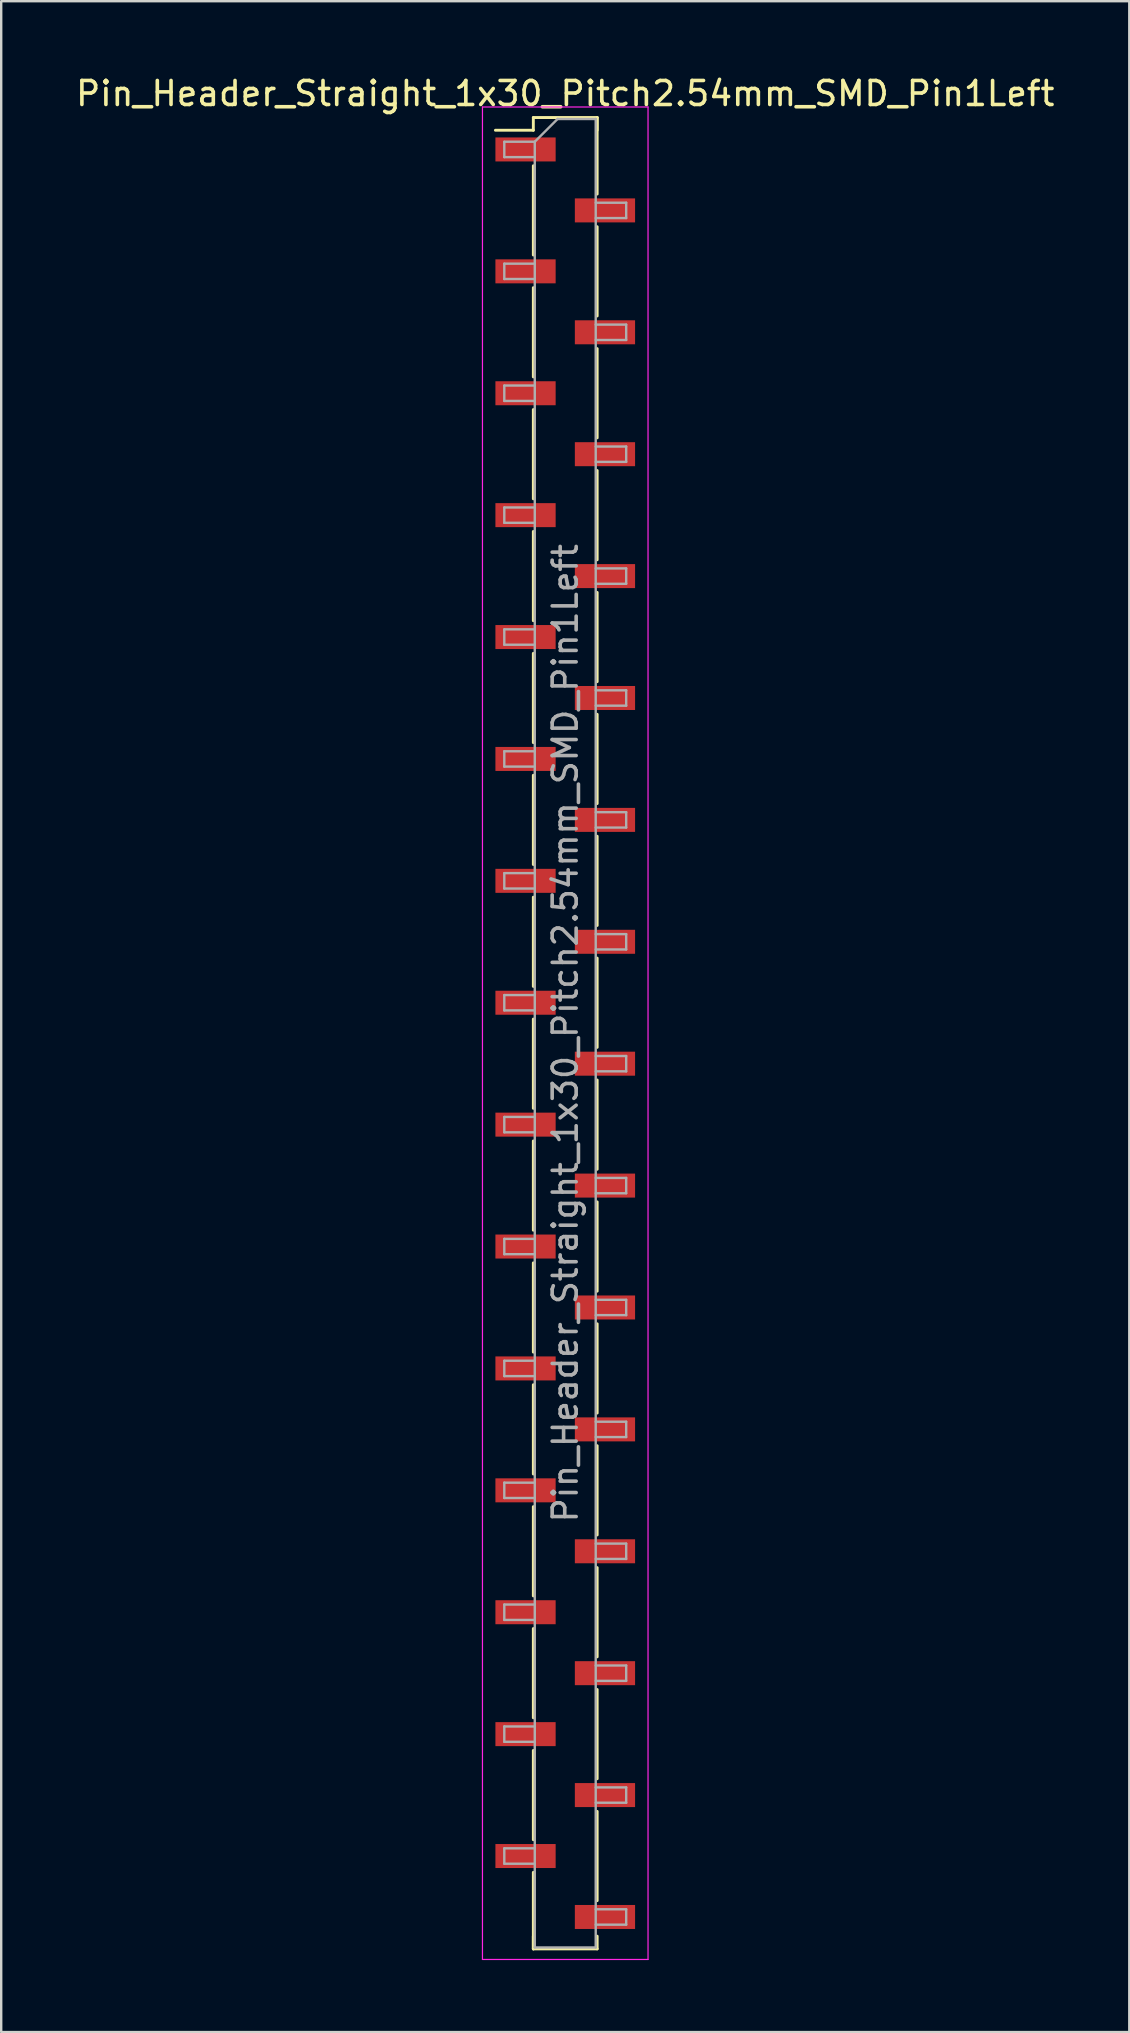
<source format=kicad_pcb>
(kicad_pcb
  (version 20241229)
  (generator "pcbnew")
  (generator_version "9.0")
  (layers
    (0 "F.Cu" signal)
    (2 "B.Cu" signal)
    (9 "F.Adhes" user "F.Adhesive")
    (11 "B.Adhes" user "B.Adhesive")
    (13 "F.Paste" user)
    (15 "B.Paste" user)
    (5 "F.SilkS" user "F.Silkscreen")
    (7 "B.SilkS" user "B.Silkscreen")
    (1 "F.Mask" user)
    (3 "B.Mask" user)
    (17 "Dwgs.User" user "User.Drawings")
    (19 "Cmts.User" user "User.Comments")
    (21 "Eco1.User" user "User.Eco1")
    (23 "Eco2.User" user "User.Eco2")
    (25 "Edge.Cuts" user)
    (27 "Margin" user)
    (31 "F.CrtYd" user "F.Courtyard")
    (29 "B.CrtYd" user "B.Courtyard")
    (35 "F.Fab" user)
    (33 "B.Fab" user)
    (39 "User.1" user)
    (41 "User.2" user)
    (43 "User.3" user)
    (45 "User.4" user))
  (footprint "Pin_Header_Straight_1x30_Pitch2.54mm_SMD_Pin1Left"
    (layer "F.Cu")
    (at 20.506 40.008)
    (property "Reference" "Pin_Header_Straight_1x30_Pitch2.54mm_SMD_Pin1Left" (at 0 -39.16 0) (layer "F.SilkS") (effects (font (size 1 1) (thickness 0.15))))
    (attr smd)
    (fp_line (start -1.33 -38.16) (end 1.33 -38.16) (stroke (width 0.12) (type solid)) (layer "F.SilkS"))
    (fp_line (start -1.33 -37.63) (end -2.91 -37.63) (stroke (width 0.12) (type solid)) (layer "F.SilkS"))
    (fp_line (start -1.33 -37.63) (end -1.33 -38.16) (stroke (width 0.12) (type solid)) (layer "F.SilkS"))
    (fp_line (start -1.33 -36.15) (end -1.33 -32.43) (stroke (width 0.12) (type solid)) (layer "F.SilkS"))
    (fp_line (start -1.33 -31.07) (end -1.33 -27.35) (stroke (width 0.12) (type solid)) (layer "F.SilkS"))
    (fp_line (start -1.33 -25.99) (end -1.33 -22.27) (stroke (width 0.12) (type solid)) (layer "F.SilkS"))
    (fp_line (start -1.33 -20.91) (end -1.33 -17.19) (stroke (width 0.12) (type solid)) (layer "F.SilkS"))
    (fp_line (start -1.33 -15.83) (end -1.33 -12.11) (stroke (width 0.12) (type solid)) (layer "F.SilkS"))
    (fp_line (start -1.33 -10.75) (end -1.33 -7.03) (stroke (width 0.12) (type solid)) (layer "F.SilkS"))
    (fp_line (start -1.33 -5.67) (end -1.33 -1.95) (stroke (width 0.12) (type solid)) (layer "F.SilkS"))
    (fp_line (start -1.33 -0.59) (end -1.33 3.13) (stroke (width 0.12) (type solid)) (layer "F.SilkS"))
    (fp_line (start -1.33 4.49) (end -1.33 8.21) (stroke (width 0.12) (type solid)) (layer "F.SilkS"))
    (fp_line (start -1.33 9.57) (end -1.33 13.29) (stroke (width 0.12) (type solid)) (layer "F.SilkS"))
    (fp_line (start -1.33 14.65) (end -1.33 18.37) (stroke (width 0.12) (type solid)) (layer "F.SilkS"))
    (fp_line (start -1.33 19.73) (end -1.33 23.45) (stroke (width 0.12) (type solid)) (layer "F.SilkS"))
    (fp_line (start -1.33 24.81) (end -1.33 28.53) (stroke (width 0.12) (type solid)) (layer "F.SilkS"))
    (fp_line (start -1.33 29.89) (end -1.33 33.61) (stroke (width 0.12) (type solid)) (layer "F.SilkS"))
    (fp_line (start -1.33 34.97) (end -1.33 38.16) (stroke (width 0.12) (type solid)) (layer "F.SilkS"))
    (fp_line (start -1.33 37.63) (end -1.33 38.16) (stroke (width 0.12) (type solid)) (layer "F.SilkS"))
    (fp_line (start -1.33 38.16) (end 1.33 38.16) (stroke (width 0.12) (type solid)) (layer "F.SilkS"))
    (fp_line (start 1.33 -38.16) (end 1.33 -37.63) (stroke (width 0.12) (type solid)) (layer "F.SilkS"))
    (fp_line (start 1.33 -38.16) (end 1.33 -34.97) (stroke (width 0.12) (type solid)) (layer "F.SilkS"))
    (fp_line (start 1.33 -33.61) (end 1.33 -29.89) (stroke (width 0.12) (type solid)) (layer "F.SilkS"))
    (fp_line (start 1.33 -28.53) (end 1.33 -24.81) (stroke (width 0.12) (type solid)) (layer "F.SilkS"))
    (fp_line (start 1.33 -23.45) (end 1.33 -19.73) (stroke (width 0.12) (type solid)) (layer "F.SilkS"))
    (fp_line (start 1.33 -18.37) (end 1.33 -14.65) (stroke (width 0.12) (type solid)) (layer "F.SilkS"))
    (fp_line (start 1.33 -13.29) (end 1.33 -9.57) (stroke (width 0.12) (type solid)) (layer "F.SilkS"))
    (fp_line (start 1.33 -8.21) (end 1.33 -4.49) (stroke (width 0.12) (type solid)) (layer "F.SilkS"))
    (fp_line (start 1.33 -3.13) (end 1.33 0.59) (stroke (width 0.12) (type solid)) (layer "F.SilkS"))
    (fp_line (start 1.33 1.95) (end 1.33 5.67) (stroke (width 0.12) (type solid)) (layer "F.SilkS"))
    (fp_line (start 1.33 7.03) (end 1.33 10.75) (stroke (width 0.12) (type solid)) (layer "F.SilkS"))
    (fp_line (start 1.33 12.11) (end 1.33 15.83) (stroke (width 0.12) (type solid)) (layer "F.SilkS"))
    (fp_line (start 1.33 17.19) (end 1.33 20.91) (stroke (width 0.12) (type solid)) (layer "F.SilkS"))
    (fp_line (start 1.33 22.27) (end 1.33 25.99) (stroke (width 0.12) (type solid)) (layer "F.SilkS"))
    (fp_line (start 1.33 27.35) (end 1.33 31.07) (stroke (width 0.12) (type solid)) (layer "F.SilkS"))
    (fp_line (start 1.33 32.43) (end 1.33 36.15) (stroke (width 0.12) (type solid)) (layer "F.SilkS"))
    (fp_line (start 1.33 38.16) (end 1.33 37.63) (stroke (width 0.12) (type solid)) (layer "F.SilkS"))
    (fp_line (start -3.45 -38.6) (end -3.45 38.6) (stroke (width 0.05) (type solid)) (layer "F.CrtYd"))
    (fp_line (start -3.45 38.6) (end 3.45 38.6) (stroke (width 0.05) (type solid)) (layer "F.CrtYd"))
    (fp_line (start 3.45 -38.6) (end -3.45 -38.6) (stroke (width 0.05) (type solid)) (layer "F.CrtYd"))
    (fp_line (start 3.45 38.6) (end 3.45 -38.6) (stroke (width 0.05) (type solid)) (layer "F.CrtYd"))
    (fp_line (start -2.54 -37.15) (end -2.54 -36.51) (stroke (width 0.1) (type solid)) (layer "F.Fab"))
    (fp_line (start -2.54 -36.51) (end -1.27 -36.51) (stroke (width 0.1) (type solid)) (layer "F.Fab"))
    (fp_line (start -2.54 -32.07) (end -2.54 -31.43) (stroke (width 0.1) (type solid)) (layer "F.Fab"))
    (fp_line (start -2.54 -31.43) (end -1.27 -31.43) (stroke (width 0.1) (type solid)) (layer "F.Fab"))
    (fp_line (start -2.54 -26.99) (end -2.54 -26.35) (stroke (width 0.1) (type solid)) (layer "F.Fab"))
    (fp_line (start -2.54 -26.35) (end -1.27 -26.35) (stroke (width 0.1) (type solid)) (layer "F.Fab"))
    (fp_line (start -2.54 -21.91) (end -2.54 -21.27) (stroke (width 0.1) (type solid)) (layer "F.Fab"))
    (fp_line (start -2.54 -21.27) (end -1.27 -21.27) (stroke (width 0.1) (type solid)) (layer "F.Fab"))
    (fp_line (start -2.54 -16.83) (end -2.54 -16.19) (stroke (width 0.1) (type solid)) (layer "F.Fab"))
    (fp_line (start -2.54 -16.19) (end -1.27 -16.19) (stroke (width 0.1) (type solid)) (layer "F.Fab"))
    (fp_line (start -2.54 -11.75) (end -2.54 -11.11) (stroke (width 0.1) (type solid)) (layer "F.Fab"))
    (fp_line (start -2.54 -11.11) (end -1.27 -11.11) (stroke (width 0.1) (type solid)) (layer "F.Fab"))
    (fp_line (start -2.54 -6.67) (end -2.54 -6.03) (stroke (width 0.1) (type solid)) (layer "F.Fab"))
    (fp_line (start -2.54 -6.03) (end -1.27 -6.03) (stroke (width 0.1) (type solid)) (layer "F.Fab"))
    (fp_line (start -2.54 -1.59) (end -2.54 -0.95) (stroke (width 0.1) (type solid)) (layer "F.Fab"))
    (fp_line (start -2.54 -0.95) (end -1.27 -0.95) (stroke (width 0.1) (type solid)) (layer "F.Fab"))
    (fp_line (start -2.54 3.49) (end -2.54 4.13) (stroke (width 0.1) (type solid)) (layer "F.Fab"))
    (fp_line (start -2.54 4.13) (end -1.27 4.13) (stroke (width 0.1) (type solid)) (layer "F.Fab"))
    (fp_line (start -2.54 8.57) (end -2.54 9.21) (stroke (width 0.1) (type solid)) (layer "F.Fab"))
    (fp_line (start -2.54 9.21) (end -1.27 9.21) (stroke (width 0.1) (type solid)) (layer "F.Fab"))
    (fp_line (start -2.54 13.65) (end -2.54 14.29) (stroke (width 0.1) (type solid)) (layer "F.Fab"))
    (fp_line (start -2.54 14.29) (end -1.27 14.29) (stroke (width 0.1) (type solid)) (layer "F.Fab"))
    (fp_line (start -2.54 18.73) (end -2.54 19.37) (stroke (width 0.1) (type solid)) (layer "F.Fab"))
    (fp_line (start -2.54 19.37) (end -1.27 19.37) (stroke (width 0.1) (type solid)) (layer "F.Fab"))
    (fp_line (start -2.54 23.81) (end -2.54 24.45) (stroke (width 0.1) (type solid)) (layer "F.Fab"))
    (fp_line (start -2.54 24.45) (end -1.27 24.45) (stroke (width 0.1) (type solid)) (layer "F.Fab"))
    (fp_line (start -2.54 28.89) (end -2.54 29.53) (stroke (width 0.1) (type solid)) (layer "F.Fab"))
    (fp_line (start -2.54 29.53) (end -1.27 29.53) (stroke (width 0.1) (type solid)) (layer "F.Fab"))
    (fp_line (start -2.54 33.97) (end -2.54 34.61) (stroke (width 0.1) (type solid)) (layer "F.Fab"))
    (fp_line (start -2.54 34.61) (end -1.27 34.61) (stroke (width 0.1) (type solid)) (layer "F.Fab"))
    (fp_line (start -1.27 -37.15) (end -2.54 -37.15) (stroke (width 0.1) (type solid)) (layer "F.Fab"))
    (fp_line (start -1.27 -37.15) (end -0.32 -38.1) (stroke (width 0.1) (type solid)) (layer "F.Fab"))
    (fp_line (start -1.27 -32.07) (end -2.54 -32.07) (stroke (width 0.1) (type solid)) (layer "F.Fab"))
    (fp_line (start -1.27 -26.99) (end -2.54 -26.99) (stroke (width 0.1) (type solid)) (layer "F.Fab"))
    (fp_line (start -1.27 -21.91) (end -2.54 -21.91) (stroke (width 0.1) (type solid)) (layer "F.Fab"))
    (fp_line (start -1.27 -16.83) (end -2.54 -16.83) (stroke (width 0.1) (type solid)) (layer "F.Fab"))
    (fp_line (start -1.27 -11.75) (end -2.54 -11.75) (stroke (width 0.1) (type solid)) (layer "F.Fab"))
    (fp_line (start -1.27 -6.67) (end -2.54 -6.67) (stroke (width 0.1) (type solid)) (layer "F.Fab"))
    (fp_line (start -1.27 -1.59) (end -2.54 -1.59) (stroke (width 0.1) (type solid)) (layer "F.Fab"))
    (fp_line (start -1.27 3.49) (end -2.54 3.49) (stroke (width 0.1) (type solid)) (layer "F.Fab"))
    (fp_line (start -1.27 8.57) (end -2.54 8.57) (stroke (width 0.1) (type solid)) (layer "F.Fab"))
    (fp_line (start -1.27 13.65) (end -2.54 13.65) (stroke (width 0.1) (type solid)) (layer "F.Fab"))
    (fp_line (start -1.27 18.73) (end -2.54 18.73) (stroke (width 0.1) (type solid)) (layer "F.Fab"))
    (fp_line (start -1.27 23.81) (end -2.54 23.81) (stroke (width 0.1) (type solid)) (layer "F.Fab"))
    (fp_line (start -1.27 28.89) (end -2.54 28.89) (stroke (width 0.1) (type solid)) (layer "F.Fab"))
    (fp_line (start -1.27 33.97) (end -2.54 33.97) (stroke (width 0.1) (type solid)) (layer "F.Fab"))
    (fp_line (start -1.27 38.1) (end -1.27 -37.15) (stroke (width 0.1) (type solid)) (layer "F.Fab"))
    (fp_line (start -0.32 -38.1) (end 1.27 -38.1) (stroke (width 0.1) (type solid)) (layer "F.Fab"))
    (fp_line (start 1.27 -38.1) (end 1.27 38.1) (stroke (width 0.1) (type solid)) (layer "F.Fab"))
    (fp_line (start 1.27 -34.61) (end 2.54 -34.61) (stroke (width 0.1) (type solid)) (layer "F.Fab"))
    (fp_line (start 1.27 -29.53) (end 2.54 -29.53) (stroke (width 0.1) (type solid)) (layer "F.Fab"))
    (fp_line (start 1.27 -24.45) (end 2.54 -24.45) (stroke (width 0.1) (type solid)) (layer "F.Fab"))
    (fp_line (start 1.27 -19.37) (end 2.54 -19.37) (stroke (width 0.1) (type solid)) (layer "F.Fab"))
    (fp_line (start 1.27 -14.29) (end 2.54 -14.29) (stroke (width 0.1) (type solid)) (layer "F.Fab"))
    (fp_line (start 1.27 -9.21) (end 2.54 -9.21) (stroke (width 0.1) (type solid)) (layer "F.Fab"))
    (fp_line (start 1.27 -4.13) (end 2.54 -4.13) (stroke (width 0.1) (type solid)) (layer "F.Fab"))
    (fp_line (start 1.27 0.95) (end 2.54 0.95) (stroke (width 0.1) (type solid)) (layer "F.Fab"))
    (fp_line (start 1.27 6.03) (end 2.54 6.03) (stroke (width 0.1) (type solid)) (layer "F.Fab"))
    (fp_line (start 1.27 11.11) (end 2.54 11.11) (stroke (width 0.1) (type solid)) (layer "F.Fab"))
    (fp_line (start 1.27 16.19) (end 2.54 16.19) (stroke (width 0.1) (type solid)) (layer "F.Fab"))
    (fp_line (start 1.27 21.27) (end 2.54 21.27) (stroke (width 0.1) (type solid)) (layer "F.Fab"))
    (fp_line (start 1.27 26.35) (end 2.54 26.35) (stroke (width 0.1) (type solid)) (layer "F.Fab"))
    (fp_line (start 1.27 31.43) (end 2.54 31.43) (stroke (width 0.1) (type solid)) (layer "F.Fab"))
    (fp_line (start 1.27 36.51) (end 2.54 36.51) (stroke (width 0.1) (type solid)) (layer "F.Fab"))
    (fp_line (start 1.27 38.1) (end -1.27 38.1) (stroke (width 0.1) (type solid)) (layer "F.Fab"))
    (fp_line (start 2.54 -34.61) (end 2.54 -33.97) (stroke (width 0.1) (type solid)) (layer "F.Fab"))
    (fp_line (start 2.54 -33.97) (end 1.27 -33.97) (stroke (width 0.1) (type solid)) (layer "F.Fab"))
    (fp_line (start 2.54 -29.53) (end 2.54 -28.89) (stroke (width 0.1) (type solid)) (layer "F.Fab"))
    (fp_line (start 2.54 -28.89) (end 1.27 -28.89) (stroke (width 0.1) (type solid)) (layer "F.Fab"))
    (fp_line (start 2.54 -24.45) (end 2.54 -23.81) (stroke (width 0.1) (type solid)) (layer "F.Fab"))
    (fp_line (start 2.54 -23.81) (end 1.27 -23.81) (stroke (width 0.1) (type solid)) (layer "F.Fab"))
    (fp_line (start 2.54 -19.37) (end 2.54 -18.73) (stroke (width 0.1) (type solid)) (layer "F.Fab"))
    (fp_line (start 2.54 -18.73) (end 1.27 -18.73) (stroke (width 0.1) (type solid)) (layer "F.Fab"))
    (fp_line (start 2.54 -14.29) (end 2.54 -13.65) (stroke (width 0.1) (type solid)) (layer "F.Fab"))
    (fp_line (start 2.54 -13.65) (end 1.27 -13.65) (stroke (width 0.1) (type solid)) (layer "F.Fab"))
    (fp_line (start 2.54 -9.21) (end 2.54 -8.57) (stroke (width 0.1) (type solid)) (layer "F.Fab"))
    (fp_line (start 2.54 -8.57) (end 1.27 -8.57) (stroke (width 0.1) (type solid)) (layer "F.Fab"))
    (fp_line (start 2.54 -4.13) (end 2.54 -3.49) (stroke (width 0.1) (type solid)) (layer "F.Fab"))
    (fp_line (start 2.54 -3.49) (end 1.27 -3.49) (stroke (width 0.1) (type solid)) (layer "F.Fab"))
    (fp_line (start 2.54 0.95) (end 2.54 1.59) (stroke (width 0.1) (type solid)) (layer "F.Fab"))
    (fp_line (start 2.54 1.59) (end 1.27 1.59) (stroke (width 0.1) (type solid)) (layer "F.Fab"))
    (fp_line (start 2.54 6.03) (end 2.54 6.67) (stroke (width 0.1) (type solid)) (layer "F.Fab"))
    (fp_line (start 2.54 6.67) (end 1.27 6.67) (stroke (width 0.1) (type solid)) (layer "F.Fab"))
    (fp_line (start 2.54 11.11) (end 2.54 11.75) (stroke (width 0.1) (type solid)) (layer "F.Fab"))
    (fp_line (start 2.54 11.75) (end 1.27 11.75) (stroke (width 0.1) (type solid)) (layer "F.Fab"))
    (fp_line (start 2.54 16.19) (end 2.54 16.83) (stroke (width 0.1) (type solid)) (layer "F.Fab"))
    (fp_line (start 2.54 16.83) (end 1.27 16.83) (stroke (width 0.1) (type solid)) (layer "F.Fab"))
    (fp_line (start 2.54 21.27) (end 2.54 21.91) (stroke (width 0.1) (type solid)) (layer "F.Fab"))
    (fp_line (start 2.54 21.91) (end 1.27 21.91) (stroke (width 0.1) (type solid)) (layer "F.Fab"))
    (fp_line (start 2.54 26.35) (end 2.54 26.99) (stroke (width 0.1) (type solid)) (layer "F.Fab"))
    (fp_line (start 2.54 26.99) (end 1.27 26.99) (stroke (width 0.1) (type solid)) (layer "F.Fab"))
    (fp_line (start 2.54 31.43) (end 2.54 32.07) (stroke (width 0.1) (type solid)) (layer "F.Fab"))
    (fp_line (start 2.54 32.07) (end 1.27 32.07) (stroke (width 0.1) (type solid)) (layer "F.Fab"))
    (fp_line (start 2.54 36.51) (end 2.54 37.15) (stroke (width 0.1) (type solid)) (layer "F.Fab"))
    (fp_line (start 2.54 37.15) (end 1.27 37.15) (stroke (width 0.1) (type solid)) (layer "F.Fab"))
    (fp_text user "${REFERENCE}" (at 0 0 90) (layer "F.Fab") (effects (font (size 1 1) (thickness 0.15))))
    (pad "1" smd rect (at -1.655 -36.83) (size 2.51 1) (layers "F.Cu" "F.Mask" "F.Paste"))
    (pad "2" smd rect (at 1.655 -34.29) (size 2.51 1) (layers "F.Cu" "F.Mask" "F.Paste"))
    (pad "3" smd rect (at -1.655 -31.75) (size 2.51 1) (layers "F.Cu" "F.Mask" "F.Paste"))
    (pad "4" smd rect (at 1.655 -29.21) (size 2.51 1) (layers "F.Cu" "F.Mask" "F.Paste"))
    (pad "5" smd rect (at -1.655 -26.67) (size 2.51 1) (layers "F.Cu" "F.Mask" "F.Paste"))
    (pad "6" smd rect (at 1.655 -24.13) (size 2.51 1) (layers "F.Cu" "F.Mask" "F.Paste"))
    (pad "7" smd rect (at -1.655 -21.59) (size 2.51 1) (layers "F.Cu" "F.Mask" "F.Paste"))
    (pad "8" smd rect (at 1.655 -19.05) (size 2.51 1) (layers "F.Cu" "F.Mask" "F.Paste"))
    (pad "9" smd rect (at -1.655 -16.51) (size 2.51 1) (layers "F.Cu" "F.Mask" "F.Paste"))
    (pad "10" smd rect (at 1.655 -13.97) (size 2.51 1) (layers "F.Cu" "F.Mask" "F.Paste"))
    (pad "11" smd rect (at -1.655 -11.43) (size 2.51 1) (layers "F.Cu" "F.Mask" "F.Paste"))
    (pad "12" smd rect (at 1.655 -8.89) (size 2.51 1) (layers "F.Cu" "F.Mask" "F.Paste"))
    (pad "13" smd rect (at -1.655 -6.35) (size 2.51 1) (layers "F.Cu" "F.Mask" "F.Paste"))
    (pad "14" smd rect (at 1.655 -3.81) (size 2.51 1) (layers "F.Cu" "F.Mask" "F.Paste"))
    (pad "15" smd rect (at -1.655 -1.27) (size 2.51 1) (layers "F.Cu" "F.Mask" "F.Paste"))
    (pad "16" smd rect (at 1.655 1.27) (size 2.51 1) (layers "F.Cu" "F.Mask" "F.Paste"))
    (pad "17" smd rect (at -1.655 3.81) (size 2.51 1) (layers "F.Cu" "F.Mask" "F.Paste"))
    (pad "18" smd rect (at 1.655 6.35) (size 2.51 1) (layers "F.Cu" "F.Mask" "F.Paste"))
    (pad "19" smd rect (at -1.655 8.89) (size 2.51 1) (layers "F.Cu" "F.Mask" "F.Paste"))
    (pad "20" smd rect (at 1.655 11.43) (size 2.51 1) (layers "F.Cu" "F.Mask" "F.Paste"))
    (pad "21" smd rect (at -1.655 13.97) (size 2.51 1) (layers "F.Cu" "F.Mask" "F.Paste"))
    (pad "22" smd rect (at 1.655 16.51) (size 2.51 1) (layers "F.Cu" "F.Mask" "F.Paste"))
    (pad "23" smd rect (at -1.655 19.05) (size 2.51 1) (layers "F.Cu" "F.Mask" "F.Paste"))
    (pad "24" smd rect (at 1.655 21.59) (size 2.51 1) (layers "F.Cu" "F.Mask" "F.Paste"))
    (pad "25" smd rect (at -1.655 24.13) (size 2.51 1) (layers "F.Cu" "F.Mask" "F.Paste"))
    (pad "26" smd rect (at 1.655 26.67) (size 2.51 1) (layers "F.Cu" "F.Mask" "F.Paste"))
    (pad "27" smd rect (at -1.655 29.21) (size 2.51 1) (layers "F.Cu" "F.Mask" "F.Paste"))
    (pad "28" smd rect (at 1.655 31.75) (size 2.51 1) (layers "F.Cu" "F.Mask" "F.Paste"))
    (pad "29" smd rect (at -1.655 34.29) (size 2.51 1) (layers "F.Cu" "F.Mask" "F.Paste"))
    (pad "30" smd rect (at 1.655 36.83) (size 2.51 1) (layers "F.Cu" "F.Mask" "F.Paste")))
  (gr_rect
    (start -3 -3)
    (end 44.012 81.633)
    (stroke (width 0.1) (type default))
    (fill no)
    (layer "Edge.Cuts")))
</source>
